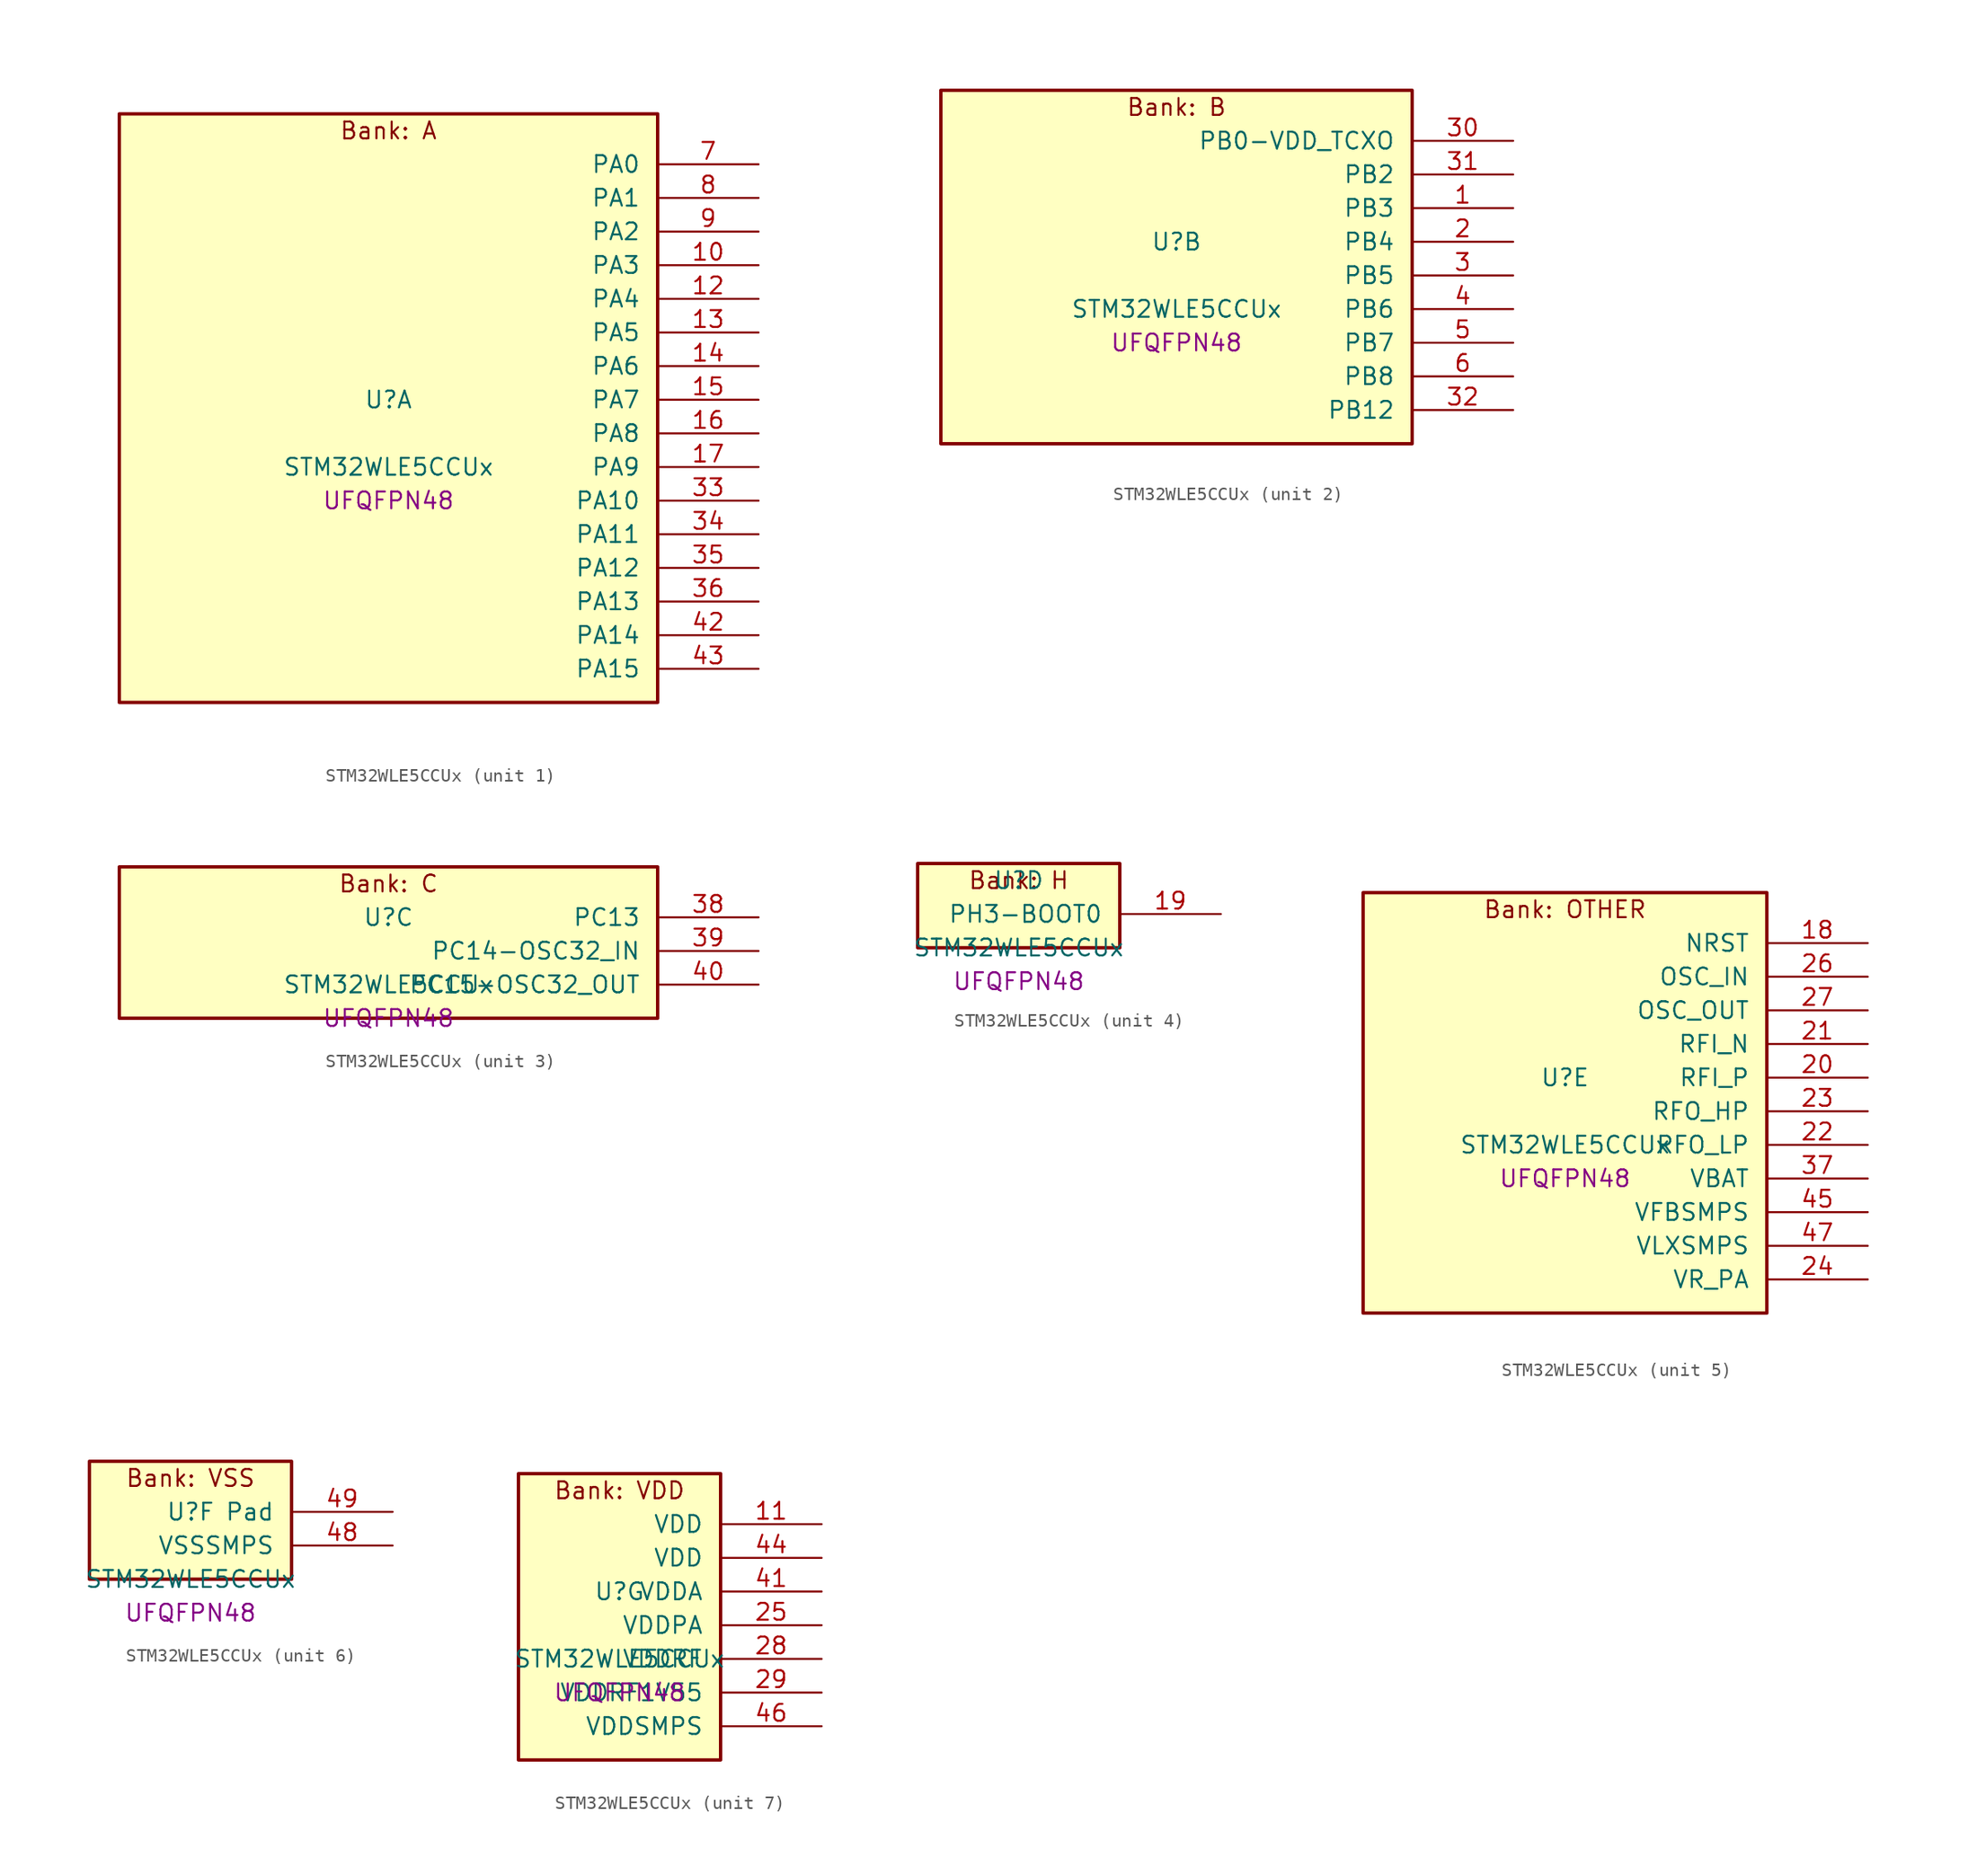
<source format=kicad_sym>
(kicad_symbol_lib
  (version 20241209)
  (generator "stm32_pkl_generator")
  (generator_version "1.0")
  (symbol "STM32WLE5CCUx"
    (pin_names
      (offset 1.27))
    (property "Reference" "U"
      (at 0 2.54 0))
    (property "Value" "STM32WLE5CCUx"
      (at 0 -2.54 0))
    (property "Footprint" "UFQFPN48"
      (at 0 -5.08 0))
    (symbol "STM32WLE5CCUx_1_1"
      (rectangle (start -20.32 24.13) (end 20.32 -20.32) (stroke (width 0.254) (type solid)) (fill (type background)))
      (text "Bank: A" (at 0 22.86 0))
      (pin bidirectional line (at 27.94 20.32 180) (length 7.62) (name "PA0") (number "7") (alternate "PA0/COMP1_OUT" bidirectional line) (alternate "PA0/DEBUG_PWR-REGLP1S" bidirectional line) (alternate "PA0/I2C3_SMBA" bidirectional line) (alternate "PA0/I2S_CKIN" bidirectional line) (alternate "PA0/PWR_WKUP1" bidirectional line) (alternate "PA0/RTC_TAMP_IN2" bidirectional line) (alternate "PA0/TIM2_CH1" bidirectional line) (alternate "PA0/TIM2_ETR" bidirectional line) (alternate "PA0/USART2_CTS" bidirectional line) (alternate "PA0/USART2_NSS" bidirectional line))
      (pin bidirectional line (at 27.94 17.78 180) (length 7.62) (name "PA1") (number "8") (alternate "PA1/DEBUG_PWR-REGLP2S" bidirectional line) (alternate "PA1/I2C1_SMBA" bidirectional line) (alternate "PA1/LPTIM3_OUT" bidirectional line) (alternate "PA1/LPUART1_RTS" bidirectional line) (alternate "PA1/SPI1_SCK" bidirectional line) (alternate "PA1/TIM2_CH2" bidirectional line) (alternate "PA1/USART2_DE" bidirectional line) (alternate "PA1/USART2_RTS" bidirectional line))
      (pin bidirectional line (at 27.94 15.24 180) (length 7.62) (name "PA2") (number "9") (alternate "PA2/COMP2_OUT" bidirectional line) (alternate "PA2/DEBUG_PWR-LDORDY" bidirectional line) (alternate "PA2/LPUART1_TX" bidirectional line) (alternate "PA2/RCC_LSCO" bidirectional line) (alternate "PA2/TIM2_CH3" bidirectional line) (alternate "PA2/USART2_TX" bidirectional line))
      (pin bidirectional line (at 27.94 12.7 180) (length 7.62) (name "PA3") (number "10") (alternate "PA3/I2S2_MCK" bidirectional line) (alternate "PA3/LPUART1_RX" bidirectional line) (alternate "PA3/TIM2_CH4" bidirectional line) (alternate "PA3/USART2_RX" bidirectional line))
      (pin bidirectional line (at 27.94 10.16 180) (length 7.62) (name "PA4") (number "12") (alternate "PA4/DEBUG_SUBGHZSPI-NSSOUT" bidirectional line) (alternate "PA4/LPTIM1_OUT" bidirectional line) (alternate "PA4/LPTIM2_OUT" bidirectional line) (alternate "PA4/RTC_OUT2" bidirectional line) (alternate "PA4/SPI1_NSS" bidirectional line) (alternate "PA4/USART2_CK" bidirectional line))
      (pin bidirectional line (at 27.94 7.62 180) (length 7.62) (name "PA5") (number "13") (alternate "PA5/DEBUG_SUBGHZSPI-SCKOUT" bidirectional line) (alternate "PA5/LPTIM2_ETR" bidirectional line) (alternate "PA5/SPI1_SCK" bidirectional line) (alternate "PA5/SPI2_MISO" bidirectional line) (alternate "PA5/TIM2_CH1" bidirectional line) (alternate "PA5/TIM2_ETR" bidirectional line))
      (pin bidirectional line (at 27.94 5.08 180) (length 7.62) (name "PA6") (number "14") (alternate "PA6/DEBUG_SUBGHZSPI-MISOOUT" bidirectional line) (alternate "PA6/I2C2_SMBA" bidirectional line) (alternate "PA6/LPUART1_CTS" bidirectional line) (alternate "PA6/SPI1_MISO" bidirectional line) (alternate "PA6/TIM16_CH1" bidirectional line) (alternate "PA6/TIM1_BKIN" bidirectional line))
      (pin bidirectional line (at 27.94 2.54 180) (length 7.62) (name "PA7") (number "15") (alternate "PA7/COMP2_OUT" bidirectional line) (alternate "PA7/DEBUG_SUBGHZSPI-MOSIOUT" bidirectional line) (alternate "PA7/I2C3_SCL" bidirectional line) (alternate "PA7/SPI1_MOSI" bidirectional line) (alternate "PA7/TIM17_CH1" bidirectional line) (alternate "PA7/TIM1_CH1N" bidirectional line))
      (pin bidirectional line (at 27.94 0 180) (length 7.62) (name "PA8") (number "16") (alternate "PA8/I2S2_CK" bidirectional line) (alternate "PA8/LPTIM2_OUT" bidirectional line) (alternate "PA8/RCC_MCO" bidirectional line) (alternate "PA8/SPI2_SCK" bidirectional line) (alternate "PA8/TIM1_CH1" bidirectional line) (alternate "PA8/USART1_CK" bidirectional line))
      (pin bidirectional line (at 27.94 -2.54 180) (length 7.62) (name "PA9") (number "17") (alternate "PA9/DAC_EXTI9" bidirectional line) (alternate "PA9/I2C1_SCL" bidirectional line) (alternate "PA9/I2S2_CK" bidirectional line) (alternate "PA9/I2S2_WS" bidirectional line) (alternate "PA9/SPI2_NSS" bidirectional line) (alternate "PA9/SPI2_SCK" bidirectional line) (alternate "PA9/TIM1_CH2" bidirectional line) (alternate "PA9/USART1_TX" bidirectional line))
      (pin bidirectional line (at 27.94 -5.08 180) (length 7.62) (name "PA10") (number "33") (alternate "PA10/ADC_IN6" bidirectional line) (alternate "PA10/COMP1_INM" bidirectional line) (alternate "PA10/COMP2_INM" bidirectional line) (alternate "PA10/DAC_OUT1" bidirectional line) (alternate "PA10/DEBUG_RF-HSE32RDY" bidirectional line) (alternate "PA10/I2C1_SDA" bidirectional line) (alternate "PA10/I2S2_SD" bidirectional line) (alternate "PA10/RTC_REFIN" bidirectional line) (alternate "PA10/SPI2_MOSI" bidirectional line) (alternate "PA10/TIM17_BKIN" bidirectional line) (alternate "PA10/TIM1_CH3" bidirectional line) (alternate "PA10/USART1_RX" bidirectional line))
      (pin bidirectional line (at 27.94 -7.62 180) (length 7.62) (name "PA11") (number "34") (alternate "PA11/ADC_EXTI11" bidirectional line) (alternate "PA11/ADC_IN7" bidirectional line) (alternate "PA11/COMP1_INM" bidirectional line) (alternate "PA11/COMP2_INM" bidirectional line) (alternate "PA11/DEBUG_RF-NRESET" bidirectional line) (alternate "PA11/I2C2_SDA" bidirectional line) (alternate "PA11/LPTIM3_ETR" bidirectional line) (alternate "PA11/SPI1_MISO" bidirectional line) (alternate "PA11/TIM1_BKIN2" bidirectional line) (alternate "PA11/TIM1_CH4" bidirectional line) (alternate "PA11/USART1_CTS" bidirectional line) (alternate "PA11/USART1_NSS" bidirectional line))
      (pin bidirectional line (at 27.94 -10.16 180) (length 7.62) (name "PA12") (number "35") (alternate "PA12/ADC_IN8" bidirectional line) (alternate "PA12/DEBUG_RF-BUSY" bidirectional line) (alternate "PA12/I2C2_SCL" bidirectional line) (alternate "PA12/LPTIM3_IN1" bidirectional line) (alternate "PA12/SPI1_MOSI" bidirectional line) (alternate "PA12/TIM1_ETR" bidirectional line) (alternate "PA12/USART1_DE" bidirectional line) (alternate "PA12/USART1_RTS" bidirectional line))
      (pin bidirectional line (at 27.94 -12.7 180) (length 7.62) (name "PA13") (number "36") (alternate "PA13/ADC_IN9" bidirectional line) (alternate "PA13/DEBUG_JTMS-SWDIO" bidirectional line) (alternate "PA13/I2C2_SMBA" bidirectional line) (alternate "PA13/IR_OUT" bidirectional line))
      (pin bidirectional line (at 27.94 -15.24 180) (length 7.62) (name "PA14") (number "42") (alternate "PA14/ADC_IN10" bidirectional line) (alternate "PA14/DEBUG_JTCK-SWCLK" bidirectional line) (alternate "PA14/I2C1_SMBA" bidirectional line) (alternate "PA14/LPTIM1_OUT" bidirectional line))
      (pin bidirectional line (at 27.94 -17.78 180) (length 7.62) (name "PA15") (number "43") (alternate "PA15/ADC_IN11" bidirectional line) (alternate "PA15/COMP1_INM" bidirectional line) (alternate "PA15/COMP2_INP" bidirectional line) (alternate "PA15/DEBUG_JTDI" bidirectional line) (alternate "PA15/I2C2_SDA" bidirectional line) (alternate "PA15/SPI1_NSS" bidirectional line) (alternate "PA15/TIM2_CH1" bidirectional line) (alternate "PA15/TIM2_ETR" bidirectional line)))
    (symbol "STM32WLE5CCUx_2_1"
      (rectangle (start -17.78 13.97) (end 17.78 -12.7) (stroke (width 0.254) (type solid)) (fill (type background)))
      (text "Bank: B" (at 0 12.7 0))
      (pin bidirectional line (at 25.4 10.16 180) (length 7.62) (name "PB0-VDD_TCXO") (number "30") (alternate "PB0-VDD_TCXO/COMP1_OUT" bidirectional line) (alternate "PB0-VDD_TCXO/VDDTCXO" bidirectional line))
      (pin bidirectional line (at 25.4 7.62 180) (length 7.62) (name "PB2") (number "31") (alternate "PB2/ADC_IN4" bidirectional line) (alternate "PB2/COMP1_INP" bidirectional line) (alternate "PB2/COMP2_INM" bidirectional line) (alternate "PB2/DEBUG_RF-SMPSRDY" bidirectional line) (alternate "PB2/I2C3_SMBA" bidirectional line) (alternate "PB2/LPTIM1_OUT" bidirectional line) (alternate "PB2/SPI1_NSS" bidirectional line))
      (pin bidirectional line (at 25.4 5.08 180) (length 7.62) (name "PB3") (number "1") (alternate "PB3/ADC_IN2" bidirectional line) (alternate "PB3/COMP1_INM" bidirectional line) (alternate "PB3/COMP2_INM" bidirectional line) (alternate "PB3/DEBUG_JTDO-SWO" bidirectional line) (alternate "PB3/DEBUG_RF-DTB1" bidirectional line) (alternate "PB3/PWR_WKUP3" bidirectional line) (alternate "PB3/RTC_TAMP_IN3" bidirectional line) (alternate "PB3/SPI1_SCK" bidirectional line) (alternate "PB3/TIM2_CH2" bidirectional line) (alternate "PB3/USART1_DE" bidirectional line) (alternate "PB3/USART1_RTS" bidirectional line))
      (pin bidirectional line (at 25.4 2.54 180) (length 7.62) (name "PB4") (number "2") (alternate "PB4/ADC_IN3" bidirectional line) (alternate "PB4/COMP1_INP" bidirectional line) (alternate "PB4/COMP2_INP" bidirectional line) (alternate "PB4/DEBUG_JTRST" bidirectional line) (alternate "PB4/DEBUG_RF-LDORDY" bidirectional line) (alternate "PB4/I2C3_SDA" bidirectional line) (alternate "PB4/SPI1_MISO" bidirectional line) (alternate "PB4/TIM17_BKIN" bidirectional line) (alternate "PB4/USART1_CTS" bidirectional line) (alternate "PB4/USART1_NSS" bidirectional line))
      (pin bidirectional line (at 25.4 0 180) (length 7.62) (name "PB5") (number "3") (alternate "PB5/COMP2_OUT" bidirectional line) (alternate "PB5/I2C1_SMBA" bidirectional line) (alternate "PB5/LPTIM1_IN1" bidirectional line) (alternate "PB5/SPI1_MOSI" bidirectional line) (alternate "PB5/TIM16_BKIN" bidirectional line) (alternate "PB5/USART1_CK" bidirectional line))
      (pin bidirectional line (at 25.4 -2.54 180) (length 7.62) (name "PB6") (number "4") (alternate "PB6/I2C1_SCL" bidirectional line) (alternate "PB6/LPTIM1_ETR" bidirectional line) (alternate "PB6/TIM16_CH1N" bidirectional line) (alternate "PB6/USART1_TX" bidirectional line))
      (pin bidirectional line (at 25.4 -5.08 180) (length 7.62) (name "PB7") (number "5") (alternate "PB7/I2C1_SDA" bidirectional line) (alternate "PB7/LPTIM1_IN2" bidirectional line) (alternate "PB7/PWR_PVD_IN" bidirectional line) (alternate "PB7/TIM17_CH1N" bidirectional line) (alternate "PB7/TIM1_BKIN" bidirectional line) (alternate "PB7/USART1_RX" bidirectional line))
      (pin bidirectional line (at 25.4 -7.62 180) (length 7.62) (name "PB8") (number "6") (alternate "PB8/I2C1_SCL" bidirectional line) (alternate "PB8/TIM16_CH1" bidirectional line) (alternate "PB8/TIM1_CH2N" bidirectional line))
      (pin bidirectional line (at 25.4 -10.16 180) (length 7.62) (name "PB12") (number "32") (alternate "PB12/I2C3_SMBA" bidirectional line) (alternate "PB12/I2S2_WS" bidirectional line) (alternate "PB12/LPUART1_RTS" bidirectional line) (alternate "PB12/SPI2_NSS" bidirectional line) (alternate "PB12/TIM1_BKIN" bidirectional line)))
    (symbol "STM32WLE5CCUx_3_1"
      (rectangle (start -20.32 6.35) (end 20.32 -5.08) (stroke (width 0.254) (type solid)) (fill (type background)))
      (text "Bank: C" (at 0 5.08 0))
      (pin bidirectional line (at 27.94 2.54 180) (length 7.62) (name "PC13") (number "38") (alternate "PC13/PWR_WKUP2" bidirectional line) (alternate "PC13/RTC_OUT1" bidirectional line) (alternate "PC13/RTC_TAMP_IN1" bidirectional line) (alternate "PC13/RTC_TS" bidirectional line))
      (pin bidirectional line (at 27.94 0 180) (length 7.62) (name "PC14-OSC32_IN") (number "39") (alternate "PC14-OSC32_IN/RCC_OSC32_IN" bidirectional line))
      (pin bidirectional line (at 27.94 -2.54 180) (length 7.62) (name "PC15-OSC32_OUT") (number "40") (alternate "PC15-OSC32_OUT/RCC_OSC32_OUT" bidirectional line)))
    (symbol "STM32WLE5CCUx_4_1"
      (rectangle (start -7.62 3.81) (end 7.62 -2.54) (stroke (width 0.254) (type solid)) (fill (type background)))
      (text "Bank: H" (at 0 2.54 0))
      (pin bidirectional line (at 15.24 0 180) (length 7.62) (name "PH3-BOOT0") (number "19")))
    (symbol "STM32WLE5CCUx_5_1"
      (rectangle (start -15.24 16.51) (end 15.24 -15.24) (stroke (width 0.254) (type solid)) (fill (type background)))
      (text "Bank: OTHER" (at 0 15.24 0))
      (pin input line (at 22.86 12.7 180) (length 7.62) (name "NRST") (number "18"))
      (pin bidirectional line (at 22.86 10.16 180) (length 7.62) (name "OSC_IN") (number "26") (alternate "OSC_IN/RCC_OSC_IN" bidirectional line))
      (pin bidirectional line (at 22.86 7.62 180) (length 7.62) (name "OSC_OUT") (number "27") (alternate "OSC_OUT/RCC_OSC_OUT" bidirectional line))
      (pin bidirectional line (at 22.86 5.08 180) (length 7.62) (name "RFI_N") (number "21"))
      (pin bidirectional line (at 22.86 2.54 180) (length 7.62) (name "RFI_P") (number "20"))
      (pin bidirectional line (at 22.86 0 180) (length 7.62) (name "RFO_HP") (number "23"))
      (pin bidirectional line (at 22.86 -2.54 180) (length 7.62) (name "RFO_LP") (number "22"))
      (pin power_in line (at 22.86 -5.08 180) (length 7.62) (name "VBAT") (number "37"))
      (pin power_in line (at 22.86 -7.62 180) (length 7.62) (name "VFBSMPS") (number "45"))
      (pin power_in line (at 22.86 -10.16 180) (length 7.62) (name "VLXSMPS") (number "47"))
      (pin power_in line (at 22.86 -12.7 180) (length 7.62) (name "VR_PA") (number "24")))
    (symbol "STM32WLE5CCUx_6_1"
      (rectangle (start -7.62 6.35) (end 7.62 -2.54) (stroke (width 0.254) (type solid)) (fill (type background)))
      (text "Bank: VSS" (at 0 5.08 0))
      (pin passive line (at 15.24 2.54 180) (length 7.62) (name "Pad") (number "49"))
      (pin power_in line (at 15.24 0 180) (length 7.62) (name "VSSSMPS") (number "48")))
    (symbol "STM32WLE5CCUx_7_1"
      (rectangle (start -7.62 11.43) (end 7.62 -10.16) (stroke (width 0.254) (type solid)) (fill (type background)))
      (text "Bank: VDD" (at 0 10.16 0))
      (pin power_in line (at 15.24 7.62 180) (length 7.62) (name "VDD") (number "11"))
      (pin power_in line (at 15.24 5.08 180) (length 7.62) (name "VDD") (number "44"))
      (pin power_in line (at 15.24 2.54 180) (length 7.62) (name "VDDA") (number "41"))
      (pin power_in line (at 15.24 0 180) (length 7.62) (name "VDDPA") (number "25"))
      (pin power_in line (at 15.24 -2.54 180) (length 7.62) (name "VDDRF") (number "28"))
      (pin power_in line (at 15.24 -5.08 180) (length 7.62) (name "VDDRF1V55") (number "29"))
      (pin power_in line (at 15.24 -7.62 180) (length 7.62) (name "VDDSMPS") (number "46")))))
</source>
